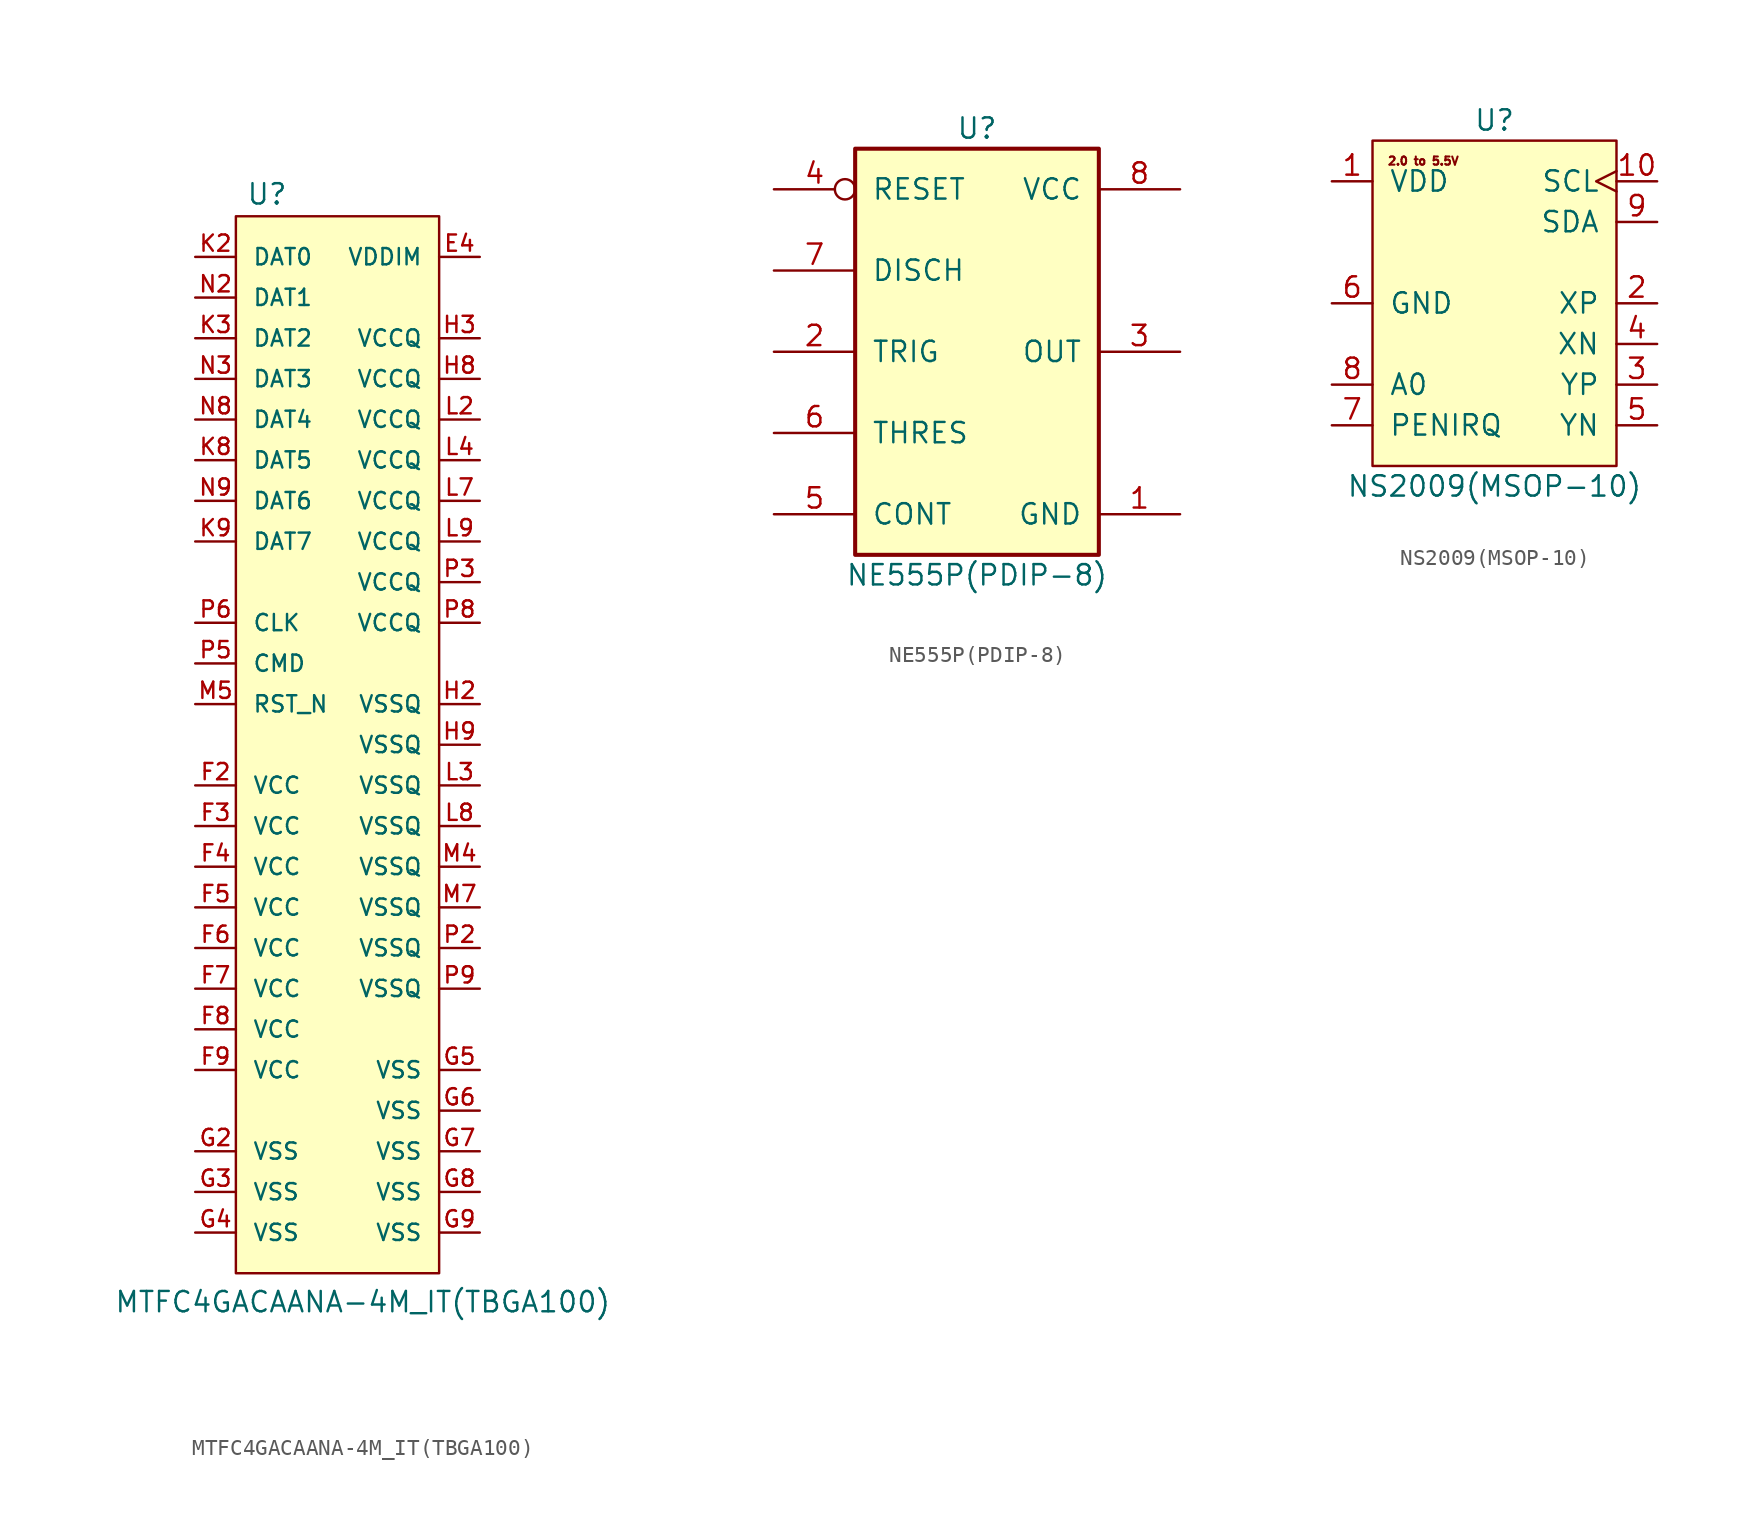
<source format=kicad_sym>
(kicad_symbol_lib
  (version 20220914)
  (generator kicad_symbol_editor)
  (symbol "MTFC4GACAANA-4M_IT(TBGA100)"
    (pin_names
      (offset 1.016))
    (property "Reference" "U"
      (at -6.985 33.655 0)
      (effects (font (size 1.27 1.27)) (justify left bottom)))
    (property "Value" "MTFC4GACAANA-4M_IT(TBGA100)"
      (at -15.24 -35.56 0)
      (effects (font (size 1.27 1.27)) (justify left bottom)))
    (property "Datasheet" ""
      (at 0 0 0)
      (effects (font (size 1.524 1.524))))
    (symbol "MTFC4GACAANA-4M_IT(TBGA100)_1_0"
      (rectangle (start -7.62 33.02) (end 5.08 -33.02) (stroke (width 0) (type solid)) (fill (type background))))
    (symbol "MTFC4GACAANA-4M_IT(TBGA100)_1_1"
      (pin power_out line (at 7.62 30.48 180) (length 2.54) (name "VDDIM" (effects (font (size 1.016 1.016)))) (number "E4" (effects (font (size 1.016 1.016)))))
      (pin power_in line (at -10.16 -2.54 0) (length 2.54) (name "VCC" (effects (font (size 1.016 1.016)))) (number "F2" (effects (font (size 1.016 1.016)))))
      (pin power_in line (at -10.16 -5.08 0) (length 2.54) (name "VCC" (effects (font (size 1.016 1.016)))) (number "F3" (effects (font (size 1.016 1.016)))))
      (pin power_in line (at -10.16 -7.62 0) (length 2.54) (name "VCC" (effects (font (size 1.016 1.016)))) (number "F4" (effects (font (size 1.016 1.016)))))
      (pin power_in line (at -10.16 -10.16 0) (length 2.54) (name "VCC" (effects (font (size 1.016 1.016)))) (number "F5" (effects (font (size 1.016 1.016)))))
      (pin power_in line (at -10.16 -12.7 0) (length 2.54) (name "VCC" (effects (font (size 1.016 1.016)))) (number "F6" (effects (font (size 1.016 1.016)))))
      (pin power_in line (at -10.16 -15.24 0) (length 2.54) (name "VCC" (effects (font (size 1.016 1.016)))) (number "F7" (effects (font (size 1.016 1.016)))))
      (pin power_in line (at -10.16 -17.78 0) (length 2.54) (name "VCC" (effects (font (size 1.016 1.016)))) (number "F8" (effects (font (size 1.016 1.016)))))
      (pin power_in line (at -10.16 -20.32 0) (length 2.54) (name "VCC" (effects (font (size 1.016 1.016)))) (number "F9" (effects (font (size 1.016 1.016)))))
      (pin power_in line (at -10.16 -25.4 0) (length 2.54) (name "VSS" (effects (font (size 1.016 1.016)))) (number "G2" (effects (font (size 1.016 1.016)))))
      (pin power_in line (at -10.16 -27.94 0) (length 2.54) (name "VSS" (effects (font (size 1.016 1.016)))) (number "G3" (effects (font (size 1.016 1.016)))))
      (pin power_in line (at -10.16 -30.48 0) (length 2.54) (name "VSS" (effects (font (size 1.016 1.016)))) (number "G4" (effects (font (size 1.016 1.016)))))
      (pin power_in line (at 7.62 -20.32 180) (length 2.54) (name "VSS" (effects (font (size 1.016 1.016)))) (number "G5" (effects (font (size 1.016 1.016)))))
      (pin power_in line (at 7.62 -22.86 180) (length 2.54) (name "VSS" (effects (font (size 1.016 1.016)))) (number "G6" (effects (font (size 1.016 1.016)))))
      (pin power_in line (at 7.62 -25.4 180) (length 2.54) (name "VSS" (effects (font (size 1.016 1.016)))) (number "G7" (effects (font (size 1.016 1.016)))))
      (pin power_in line (at 7.62 -27.94 180) (length 2.54) (name "VSS" (effects (font (size 1.016 1.016)))) (number "G8" (effects (font (size 1.016 1.016)))))
      (pin power_in line (at 7.62 -30.48 180) (length 2.54) (name "VSS" (effects (font (size 1.016 1.016)))) (number "G9" (effects (font (size 1.016 1.016)))))
      (pin power_in line (at 7.62 2.54 180) (length 2.54) (name "VSSQ" (effects (font (size 1.016 1.016)))) (number "H2" (effects (font (size 1.016 1.016)))))
      (pin power_in line (at 7.62 25.4 180) (length 2.54) (name "VCCQ" (effects (font (size 1.016 1.016)))) (number "H3" (effects (font (size 1.016 1.016)))))
      (pin power_in line (at 7.62 22.86 180) (length 2.54) (name "VCCQ" (effects (font (size 1.016 1.016)))) (number "H8" (effects (font (size 1.016 1.016)))))
      (pin power_in line (at 7.62 0 180) (length 2.54) (name "VSSQ" (effects (font (size 1.016 1.016)))) (number "H9" (effects (font (size 1.016 1.016)))))
      (pin bidirectional line (at -10.16 30.48 0) (length 2.54) (name "DAT0" (effects (font (size 1.016 1.016)))) (number "K2" (effects (font (size 1.016 1.016)))))
      (pin bidirectional line (at -10.16 25.4 0) (length 2.54) (name "DAT2" (effects (font (size 1.016 1.016)))) (number "K3" (effects (font (size 1.016 1.016)))))
      (pin bidirectional line (at -10.16 17.78 0) (length 2.54) (name "DAT5" (effects (font (size 1.016 1.016)))) (number "K8" (effects (font (size 1.016 1.016)))))
      (pin bidirectional line (at -10.16 12.7 0) (length 2.54) (name "DAT7" (effects (font (size 1.016 1.016)))) (number "K9" (effects (font (size 1.016 1.016)))))
      (pin power_in line (at 7.62 20.32 180) (length 2.54) (name "VCCQ" (effects (font (size 1.016 1.016)))) (number "L2" (effects (font (size 1.016 1.016)))))
      (pin power_in line (at 7.62 -2.54 180) (length 2.54) (name "VSSQ" (effects (font (size 1.016 1.016)))) (number "L3" (effects (font (size 1.016 1.016)))))
      (pin power_in line (at 7.62 17.78 180) (length 2.54) (name "VCCQ" (effects (font (size 1.016 1.016)))) (number "L4" (effects (font (size 1.016 1.016)))))
      (pin power_in line (at 7.62 15.24 180) (length 2.54) (name "VCCQ" (effects (font (size 1.016 1.016)))) (number "L7" (effects (font (size 1.016 1.016)))))
      (pin power_in line (at 7.62 -5.08 180) (length 2.54) (name "VSSQ" (effects (font (size 1.016 1.016)))) (number "L8" (effects (font (size 1.016 1.016)))))
      (pin power_in line (at 7.62 12.7 180) (length 2.54) (name "VCCQ" (effects (font (size 1.016 1.016)))) (number "L9" (effects (font (size 1.016 1.016)))))
      (pin power_in line (at 7.62 -7.62 180) (length 2.54) (name "VSSQ" (effects (font (size 1.016 1.016)))) (number "M4" (effects (font (size 1.016 1.016)))))
      (pin input line (at -10.16 2.54 0) (length 2.54) (name "RST_N" (effects (font (size 1.016 1.016)))) (number "M5" (effects (font (size 1.016 1.016)))))
      (pin power_in line (at 7.62 -10.16 180) (length 2.54) (name "VSSQ" (effects (font (size 1.016 1.016)))) (number "M7" (effects (font (size 1.016 1.016)))))
      (pin bidirectional line (at -10.16 27.94 0) (length 2.54) (name "DAT1" (effects (font (size 1.016 1.016)))) (number "N2" (effects (font (size 1.016 1.016)))))
      (pin bidirectional line (at -10.16 22.86 0) (length 2.54) (name "DAT3" (effects (font (size 1.016 1.016)))) (number "N3" (effects (font (size 1.016 1.016)))))
      (pin bidirectional line (at -10.16 20.32 0) (length 2.54) (name "DAT4" (effects (font (size 1.016 1.016)))) (number "N8" (effects (font (size 1.016 1.016)))))
      (pin bidirectional line (at -10.16 15.24 0) (length 2.54) (name "DAT6" (effects (font (size 1.016 1.016)))) (number "N9" (effects (font (size 1.016 1.016)))))
      (pin power_in line (at 7.62 -12.7 180) (length 2.54) (name "VSSQ" (effects (font (size 1.016 1.016)))) (number "P2" (effects (font (size 1.016 1.016)))))
      (pin power_in line (at 7.62 10.16 180) (length 2.54) (name "VCCQ" (effects (font (size 1.016 1.016)))) (number "P3" (effects (font (size 1.016 1.016)))))
      (pin bidirectional line (at -10.16 5.08 0) (length 2.54) (name "CMD" (effects (font (size 1.016 1.016)))) (number "P5" (effects (font (size 1.016 1.016)))))
      (pin input line (at -10.16 7.62 0) (length 2.54) (name "CLK" (effects (font (size 1.016 1.016)))) (number "P6" (effects (font (size 1.016 1.016)))))
      (pin power_in line (at 7.62 7.62 180) (length 2.54) (name "VCCQ" (effects (font (size 1.016 1.016)))) (number "P8" (effects (font (size 1.016 1.016)))))
      (pin power_in line (at 7.62 -15.24 180) (length 2.54) (name "VSSQ" (effects (font (size 1.016 1.016)))) (number "P9" (effects (font (size 1.016 1.016)))))))
  (symbol "NE555P(PDIP-8)"
    (pin_names
      (offset 1.016))
    (property "Reference" "U"
      (at 0 13.97 0)
      (effects (font (size 1.27 1.27))))
    (property "Value" "NE555P(PDIP-8)"
      (at 0 -13.97 0)
      (effects (font (size 1.27 1.27))))
    (symbol "NE555P(PDIP-8)_0_1"
      (rectangle (start -7.62 12.7) (end 7.62 -12.7) (stroke (width 0.254) (type solid)) (fill (type background)))
      (rectangle (start 7.62 12.7) (end 7.62 12.7) (stroke (width 0) (type solid)) (fill (type none)))
      (pin power_in line (at 12.7 -10.16 180) (length 5.08) (name "GND" (effects (font (size 1.27 1.27)))) (number "1" (effects (font (size 1.27 1.27)))))
      (pin input line (at -12.7 0 0) (length 5.08) (name "TRIG" (effects (font (size 1.27 1.27)))) (number "2" (effects (font (size 1.27 1.27)))))
      (pin output line (at 12.7 0 180) (length 5.08) (name "OUT" (effects (font (size 1.27 1.27)))) (number "3" (effects (font (size 1.27 1.27)))))
      (pin input inverted (at -12.7 10.16 0) (length 5.08) (name "RESET" (effects (font (size 1.27 1.27)))) (number "4" (effects (font (size 1.27 1.27)))))
      (pin bidirectional line (at -12.7 -10.16 0) (length 5.08) (name "CONT" (effects (font (size 1.27 1.27)))) (number "5" (effects (font (size 1.27 1.27)))))
      (pin input line (at -12.7 -5.08 0) (length 5.08) (name "THRES" (effects (font (size 1.27 1.27)))) (number "6" (effects (font (size 1.27 1.27)))))
      (pin output line (at -12.7 5.08 0) (length 5.08) (name "DISCH" (effects (font (size 1.27 1.27)))) (number "7" (effects (font (size 1.27 1.27)))))
      (pin power_in line (at 12.7 10.16 180) (length 5.08) (name "VCC" (effects (font (size 1.27 1.27)))) (number "8" (effects (font (size 1.27 1.27)))))))
  (symbol "NS2009(MSOP-10)"
    (pin_names
      (offset 1.016))
    (property "Reference" "U"
      (at 0 11.43 0)
      (effects (font (size 1.27 1.27))))
    (property "Value" "NS2009(MSOP-10)"
      (at 0 -11.43 0)
      (effects (font (size 1.27 1.27))))
    (symbol "NS2009(MSOP-10)_0_0"
      (text "2.0 to 5.5V" (at -4.445 8.89 0) (effects (font (size 0.508 0.508)))))
    (symbol "NS2009(MSOP-10)_0_1"
      (rectangle (start -7.62 10.16) (end 7.62 -10.16) (stroke (width 0) (type solid)) (fill (type background))))
    (symbol "NS2009(MSOP-10)_1_1"
      (pin power_in line (at -10.16 7.62 0) (length 2.54) (name "VDD" (effects (font (size 1.27 1.27)))) (number "1" (effects (font (size 1.27 1.27)))))
      (pin input clock (at 10.16 7.62 180) (length 2.54) (name "SCL" (effects (font (size 1.27 1.27)))) (number "10" (effects (font (size 1.27 1.27)))))
      (pin input line (at 10.16 0 180) (length 2.54) (name "XP" (effects (font (size 1.27 1.27)))) (number "2" (effects (font (size 1.27 1.27)))))
      (pin input line (at 10.16 -5.08 180) (length 2.54) (name "YP" (effects (font (size 1.27 1.27)))) (number "3" (effects (font (size 1.27 1.27)))))
      (pin input line (at 10.16 -2.54 180) (length 2.54) (name "XN" (effects (font (size 1.27 1.27)))) (number "4" (effects (font (size 1.27 1.27)))))
      (pin input line (at 10.16 -7.62 180) (length 2.54) (name "YN" (effects (font (size 1.27 1.27)))) (number "5" (effects (font (size 1.27 1.27)))))
      (pin power_in line (at -10.16 0 0) (length 2.54) (name "GND" (effects (font (size 1.27 1.27)))) (number "6" (effects (font (size 1.27 1.27)))))
      (pin output line (at -10.16 -7.62 0) (length 2.54) (name "PENIRQ" (effects (font (size 1.27 1.27)))) (number "7" (effects (font (size 1.27 1.27)))))
      (pin input line (at -10.16 -5.08 0) (length 2.54) (name "A0" (effects (font (size 1.27 1.27)))) (number "8" (effects (font (size 1.27 1.27)))))
      (pin bidirectional line (at 10.16 5.08 180) (length 2.54) (name "SDA" (effects (font (size 1.27 1.27)))) (number "9" (effects (font (size 1.27 1.27))))))))
</source>
